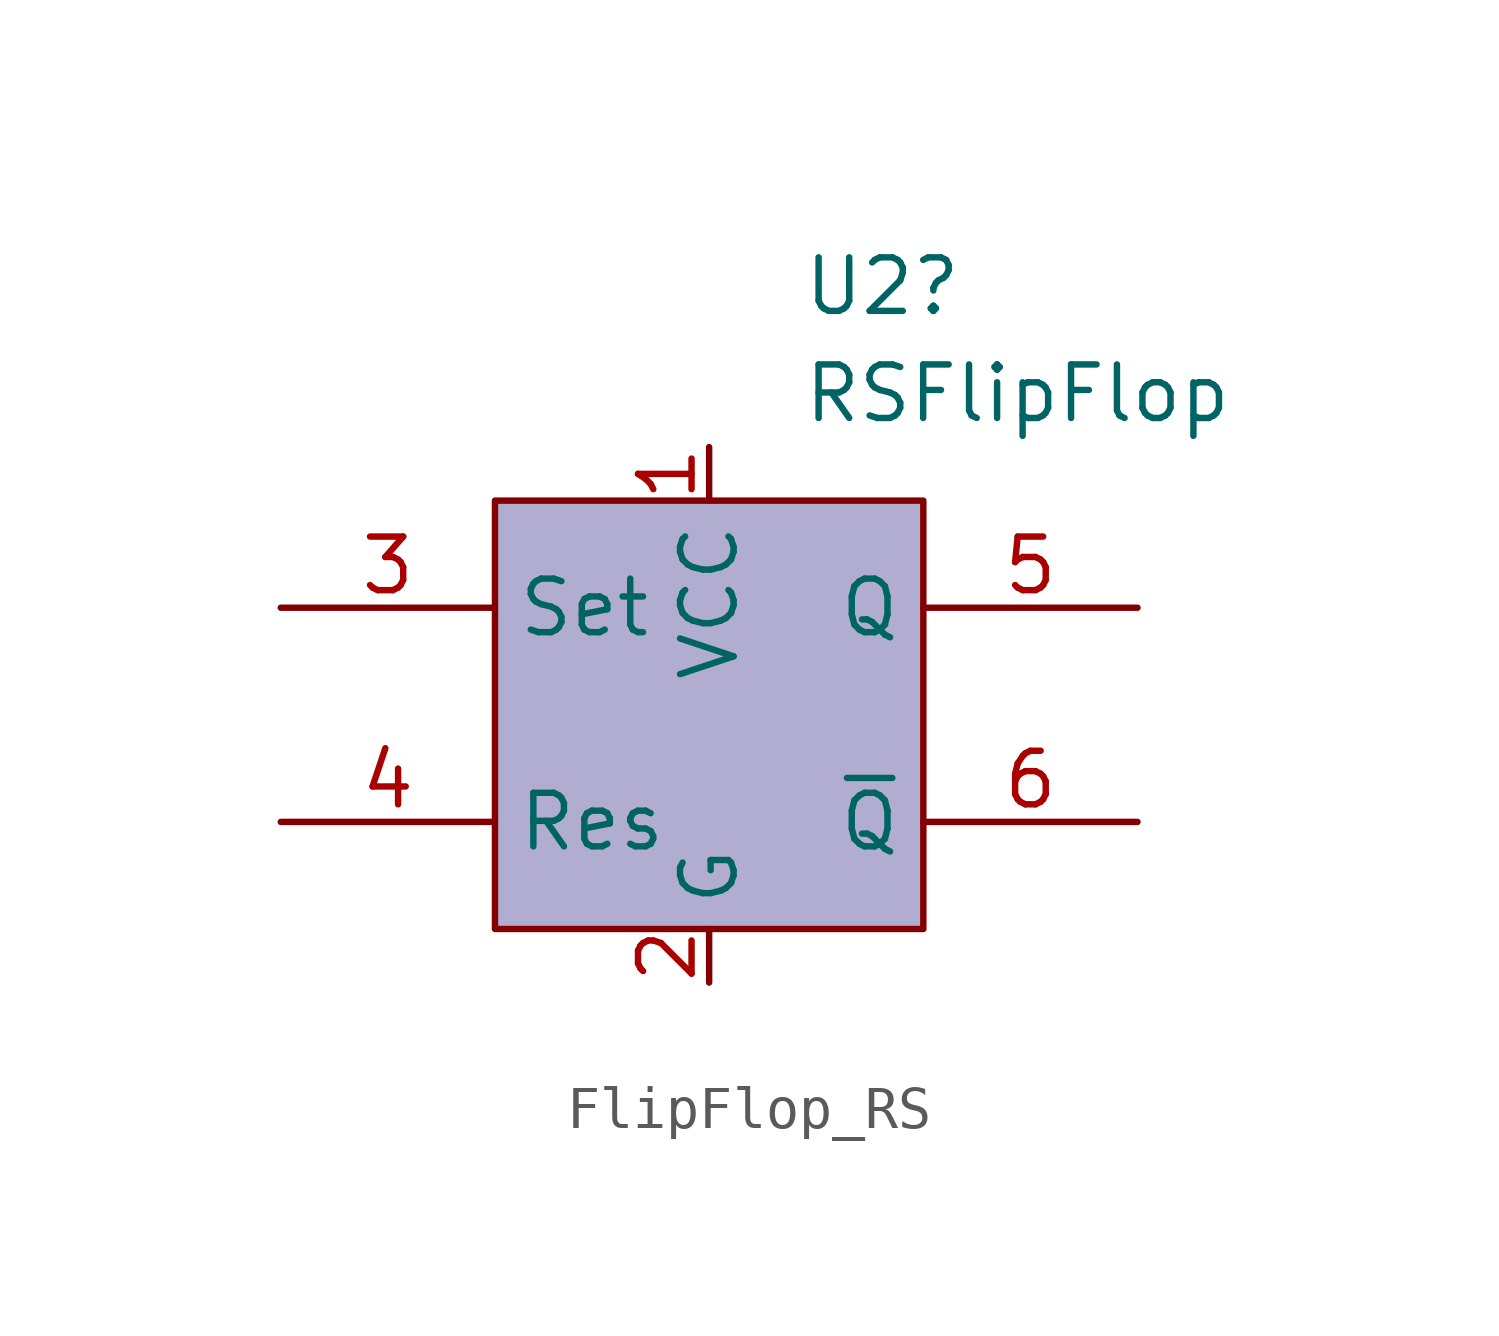
<source format=kicad_sym>
(kicad_symbol_lib
  (version 20220914)
  (generator kicad_symbol_editor)
  (symbol "FlipFlop_RS"
    (property "Reference" "U2"
      (at 2.194 10.16 0)
      (effects (font (size 1.27 1.27)) (justify left)))
    (property "Value" "RSFlipFlop"
      (at 2.194 7.62 0)
      (effects (font (size 1.27 1.27)) (justify left)))
    (symbol "FlipFlop_RS_1_1"
      (rectangle (start -5.08 5.08) (end 5.08 -5.08) (stroke (width 0) (type default)) (fill (type none)))
      (rectangle (start -5.08 5.08) (end 5.08 -5.08) (stroke (width -0.0001) (type default)) (fill (type color) (color 149 146 194 0.749)))
      (pin power_in line (at 0 6.35 270) (length 1.27) (name "VCC" (effects (font (size 1.27 1.27)))) (number "1" (effects (font (size 1.27 1.27)))))
      (pin power_in line (at 0 -6.35 90) (length 1.27) (name "G" (effects (font (size 1.27 1.27)))) (number "2" (effects (font (size 1.27 1.27)))))
      (pin input line (at -10.16 2.54 0) (length 5.08) (name "Set" (effects (font (size 1.27 1.27)))) (number "3" (effects (font (size 1.27 1.27)))))
      (pin input line (at -10.16 -2.54 0) (length 5.08) (name "Res" (effects (font (size 1.27 1.27)))) (number "4" (effects (font (size 1.27 1.27)))))
      (pin output line (at 10.16 2.54 180) (length 5.08) (name "Q" (effects (font (size 1.27 1.27)))) (number "5" (effects (font (size 1.27 1.27)))))
      (pin output line (at 10.16 -2.54 180) (length 5.08) (name "~{Q}" (effects (font (size 1.27 1.27)))) (number "6" (effects (font (size 1.27 1.27))))))))
</source>
